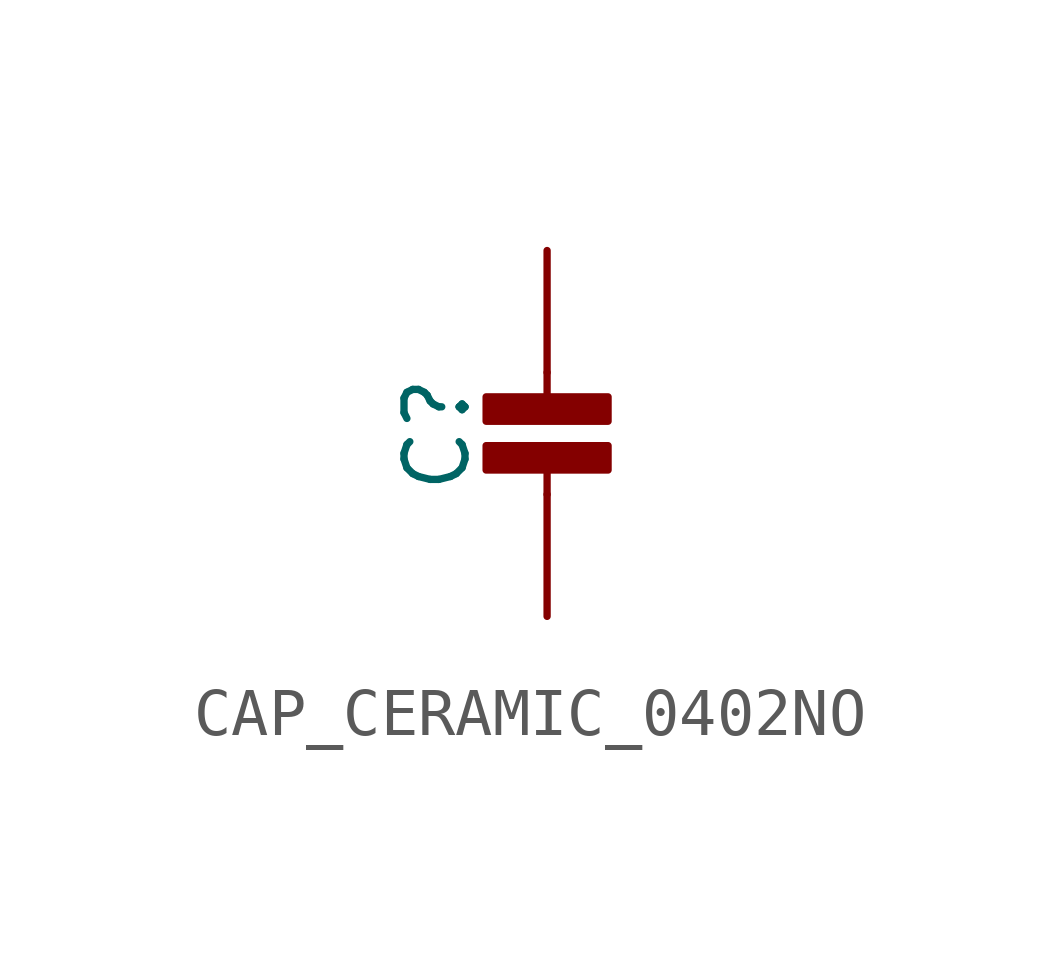
<source format=kicad_sym>
(kicad_symbol_lib
  (version 20241209)
  (generator "kicad_symbol_editor")
  (generator_version "9.0")
  (symbol "CAP_CERAMIC_0402NO"
    (property "Reference" "C"
      (at -2.29 1.25 90)
      (effects (font (size 1.27 1.27))))
    (property "Value" ""
      (at 2.3 1.25 90)
      (effects (font (size 1.27 1.27))))
    (property "ki_locked" ""
      (at 0 0 0)
      (effects (font (size 1.27 1.27))))
    (symbol "CAP_CERAMIC_0402NO_1_0"
      (rectangle (start -1.27 1.524) (end 1.27 2.032) (stroke (width 0) (type default)) (fill (type outline)))
      (rectangle (start -1.27 0.508) (end 1.27 1.016) (stroke (width 0) (type default)) (fill (type outline)))
      (polyline (pts (xy 0 2.54) (xy 0 1.778)) (stroke (width 0.152) (type solid)) (fill (type none)))
      (polyline (pts (xy 0 0.762) (xy 0 0)) (stroke (width 0.152) (type solid)) (fill (type none)))
      (pin passive line (at 0 5.08 270) (length 2.54) (name "1" (effects (font (size 0 0)))) (number "1" (effects (font (size 0 0)))))
      (pin passive line (at 0 -2.54 90) (length 2.54) (name "2" (effects (font (size 0 0)))) (number "2" (effects (font (size 0 0))))))))
</source>
